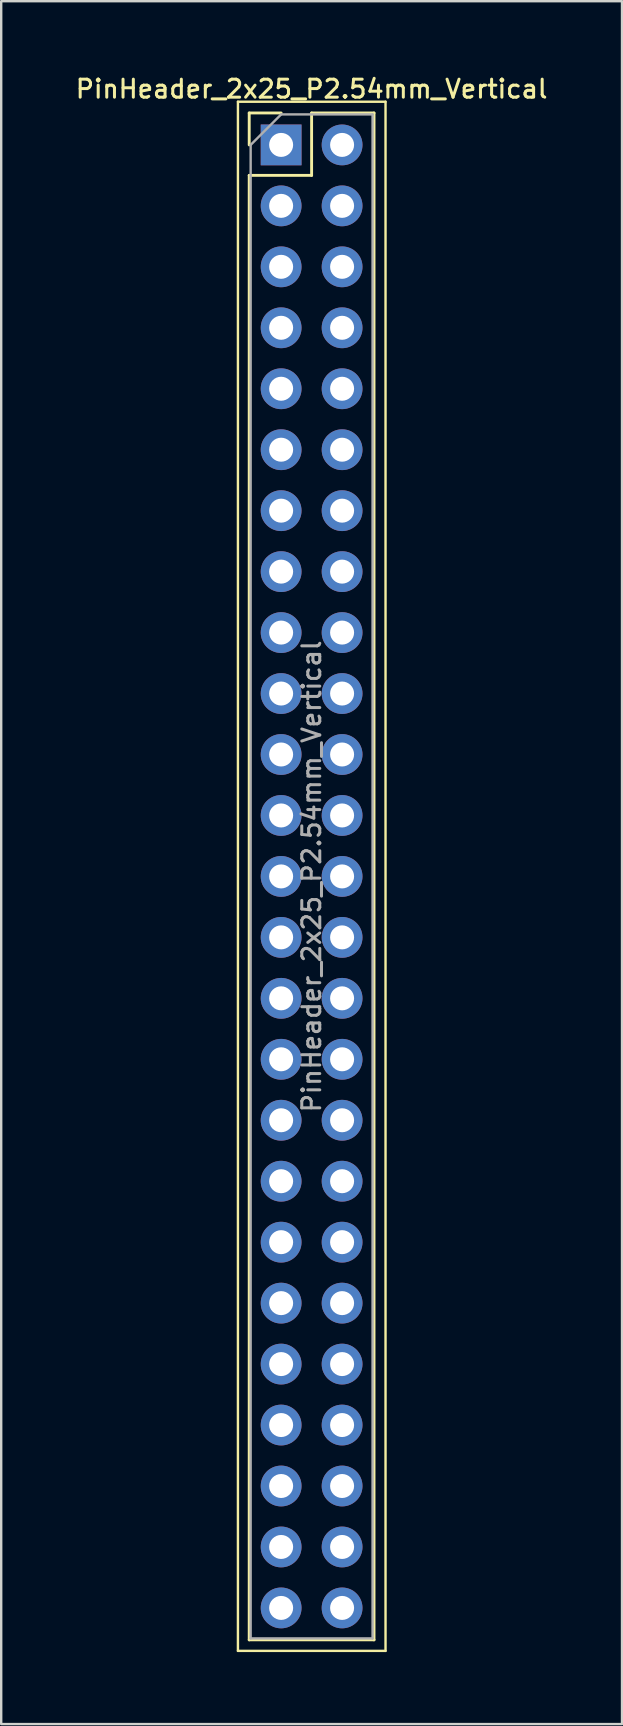
<source format=kicad_pcb>
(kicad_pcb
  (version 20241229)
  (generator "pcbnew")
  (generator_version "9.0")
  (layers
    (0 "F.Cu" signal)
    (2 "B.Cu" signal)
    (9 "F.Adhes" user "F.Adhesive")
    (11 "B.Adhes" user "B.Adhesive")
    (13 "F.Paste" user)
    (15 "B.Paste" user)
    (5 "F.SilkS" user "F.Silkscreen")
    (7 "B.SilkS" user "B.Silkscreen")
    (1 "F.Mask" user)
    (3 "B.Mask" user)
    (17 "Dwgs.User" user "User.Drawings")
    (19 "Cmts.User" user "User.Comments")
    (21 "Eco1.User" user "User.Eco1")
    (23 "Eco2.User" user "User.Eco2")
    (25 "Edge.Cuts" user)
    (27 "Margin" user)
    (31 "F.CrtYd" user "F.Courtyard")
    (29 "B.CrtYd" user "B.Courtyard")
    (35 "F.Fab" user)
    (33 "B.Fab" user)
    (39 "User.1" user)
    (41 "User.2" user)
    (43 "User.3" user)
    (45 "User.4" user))
  (footprint "PinHeader_2x25_P2.54mm_Vertical"
    (layer "F.Cu")
    (at 8.664 2.988)
    (property "Reference" "PinHeader_2x25_P2.54mm_Vertical" (at 1.27 -2.33 0) (layer "F.SilkS") (effects (font (size 0.75 0.75) (thickness 0.125))))
    (attr through_hole)
    (fp_line (start -1.8 -1.8) (end -1.8 62.75) (stroke (width 0.1) (type solid)) (layer "F.SilkS"))
    (fp_line (start -1.8 62.75) (end 4.35 62.75) (stroke (width 0.1) (type solid)) (layer "F.SilkS"))
    (fp_line (start -1.33 -1.33) (end 0 -1.33) (stroke (width 0.12) (type solid)) (layer "F.SilkS"))
    (fp_line (start -1.33 0) (end -1.33 -1.33) (stroke (width 0.12) (type solid)) (layer "F.SilkS"))
    (fp_line (start -1.33 1.27) (end -1.33 62.29) (stroke (width 0.12) (type solid)) (layer "F.SilkS"))
    (fp_line (start -1.33 1.27) (end 1.27 1.27) (stroke (width 0.12) (type solid)) (layer "F.SilkS"))
    (fp_line (start -1.33 62.29) (end 3.87 62.29) (stroke (width 0.12) (type solid)) (layer "F.SilkS"))
    (fp_line (start 1.27 -1.33) (end 3.87 -1.33) (stroke (width 0.12) (type solid)) (layer "F.SilkS"))
    (fp_line (start 1.27 1.27) (end 1.27 -1.33) (stroke (width 0.12) (type solid)) (layer "F.SilkS"))
    (fp_line (start 3.87 -1.33) (end 3.87 62.29) (stroke (width 0.12) (type solid)) (layer "F.SilkS"))
    (fp_line (start 4.35 -1.8) (end -1.8 -1.8) (stroke (width 0.1) (type solid)) (layer "F.SilkS"))
    (fp_line (start 4.35 62.75) (end 4.35 -1.8) (stroke (width 0.1) (type solid)) (layer "F.SilkS"))
    (fp_line (start -1.27 0) (end 0 -1.27) (stroke (width 0.1) (type solid)) (layer "F.Fab"))
    (fp_line (start -1.27 62.23) (end -1.27 0) (stroke (width 0.1) (type solid)) (layer "F.Fab"))
    (fp_line (start 0 -1.27) (end 3.81 -1.27) (stroke (width 0.1) (type solid)) (layer "F.Fab"))
    (fp_line (start 3.81 -1.27) (end 3.81 62.23) (stroke (width 0.1) (type solid)) (layer "F.Fab"))
    (fp_line (start 3.81 62.23) (end -1.27 62.23) (stroke (width 0.1) (type solid)) (layer "F.Fab"))
    (fp_text user "${REFERENCE}" (at 1.27 30.48 90) (layer "F.Fab") (effects (font (size 0.75 0.75) (thickness 0.125))))
    (pad "1" thru_hole rect (at 0 0) (size 1.7 1.7) (drill 1) (layers "*.Cu" "*.Mask"))
    (pad "2" thru_hole oval (at 2.54 0) (size 1.7 1.7) (drill 1) (layers "*.Cu" "*.Mask"))
    (pad "3" thru_hole oval (at 0 2.54) (size 1.7 1.7) (drill 1) (layers "*.Cu" "*.Mask"))
    (pad "4" thru_hole oval (at 2.54 2.54) (size 1.7 1.7) (drill 1) (layers "*.Cu" "*.Mask"))
    (pad "5" thru_hole oval (at 0 5.08) (size 1.7 1.7) (drill 1) (layers "*.Cu" "*.Mask"))
    (pad "6" thru_hole oval (at 2.54 5.08) (size 1.7 1.7) (drill 1) (layers "*.Cu" "*.Mask"))
    (pad "7" thru_hole oval (at 0 7.62) (size 1.7 1.7) (drill 1) (layers "*.Cu" "*.Mask"))
    (pad "8" thru_hole oval (at 2.54 7.62) (size 1.7 1.7) (drill 1) (layers "*.Cu" "*.Mask"))
    (pad "9" thru_hole oval (at 0 10.16) (size 1.7 1.7) (drill 1) (layers "*.Cu" "*.Mask"))
    (pad "10" thru_hole oval (at 2.54 10.16) (size 1.7 1.7) (drill 1) (layers "*.Cu" "*.Mask"))
    (pad "11" thru_hole oval (at 0 12.7) (size 1.7 1.7) (drill 1) (layers "*.Cu" "*.Mask"))
    (pad "12" thru_hole oval (at 2.54 12.7) (size 1.7 1.7) (drill 1) (layers "*.Cu" "*.Mask"))
    (pad "13" thru_hole oval (at 0 15.24) (size 1.7 1.7) (drill 1) (layers "*.Cu" "*.Mask"))
    (pad "14" thru_hole oval (at 2.54 15.24) (size 1.7 1.7) (drill 1) (layers "*.Cu" "*.Mask"))
    (pad "15" thru_hole oval (at 0 17.78) (size 1.7 1.7) (drill 1) (layers "*.Cu" "*.Mask"))
    (pad "16" thru_hole oval (at 2.54 17.78) (size 1.7 1.7) (drill 1) (layers "*.Cu" "*.Mask"))
    (pad "17" thru_hole oval (at 0 20.32) (size 1.7 1.7) (drill 1) (layers "*.Cu" "*.Mask"))
    (pad "18" thru_hole oval (at 2.54 20.32) (size 1.7 1.7) (drill 1) (layers "*.Cu" "*.Mask"))
    (pad "19" thru_hole oval (at 0 22.86) (size 1.7 1.7) (drill 1) (layers "*.Cu" "*.Mask"))
    (pad "20" thru_hole oval (at 2.54 22.86) (size 1.7 1.7) (drill 1) (layers "*.Cu" "*.Mask"))
    (pad "21" thru_hole oval (at 0 25.4) (size 1.7 1.7) (drill 1) (layers "*.Cu" "*.Mask"))
    (pad "22" thru_hole oval (at 2.54 25.4) (size 1.7 1.7) (drill 1) (layers "*.Cu" "*.Mask"))
    (pad "23" thru_hole oval (at 0 27.94) (size 1.7 1.7) (drill 1) (layers "*.Cu" "*.Mask"))
    (pad "24" thru_hole oval (at 2.54 27.94) (size 1.7 1.7) (drill 1) (layers "*.Cu" "*.Mask"))
    (pad "25" thru_hole oval (at 0 30.48) (size 1.7 1.7) (drill 1) (layers "*.Cu" "*.Mask"))
    (pad "26" thru_hole oval (at 2.54 30.48) (size 1.7 1.7) (drill 1) (layers "*.Cu" "*.Mask"))
    (pad "27" thru_hole oval (at 0 33.02) (size 1.7 1.7) (drill 1) (layers "*.Cu" "*.Mask"))
    (pad "28" thru_hole oval (at 2.54 33.02) (size 1.7 1.7) (drill 1) (layers "*.Cu" "*.Mask"))
    (pad "29" thru_hole oval (at 0 35.56) (size 1.7 1.7) (drill 1) (layers "*.Cu" "*.Mask"))
    (pad "30" thru_hole oval (at 2.54 35.56) (size 1.7 1.7) (drill 1) (layers "*.Cu" "*.Mask"))
    (pad "31" thru_hole oval (at 0 38.1) (size 1.7 1.7) (drill 1) (layers "*.Cu" "*.Mask"))
    (pad "32" thru_hole oval (at 2.54 38.1) (size 1.7 1.7) (drill 1) (layers "*.Cu" "*.Mask"))
    (pad "33" thru_hole oval (at 0 40.64) (size 1.7 1.7) (drill 1) (layers "*.Cu" "*.Mask"))
    (pad "34" thru_hole oval (at 2.54 40.64) (size 1.7 1.7) (drill 1) (layers "*.Cu" "*.Mask"))
    (pad "35" thru_hole oval (at 0 43.18) (size 1.7 1.7) (drill 1) (layers "*.Cu" "*.Mask"))
    (pad "36" thru_hole oval (at 2.54 43.18) (size 1.7 1.7) (drill 1) (layers "*.Cu" "*.Mask"))
    (pad "37" thru_hole oval (at 0 45.72) (size 1.7 1.7) (drill 1) (layers "*.Cu" "*.Mask"))
    (pad "38" thru_hole oval (at 2.54 45.72) (size 1.7 1.7) (drill 1) (layers "*.Cu" "*.Mask"))
    (pad "39" thru_hole oval (at 0 48.26) (size 1.7 1.7) (drill 1) (layers "*.Cu" "*.Mask"))
    (pad "40" thru_hole oval (at 2.54 48.26) (size 1.7 1.7) (drill 1) (layers "*.Cu" "*.Mask"))
    (pad "41" thru_hole oval (at 0 50.8) (size 1.7 1.7) (drill 1) (layers "*.Cu" "*.Mask"))
    (pad "42" thru_hole oval (at 2.54 50.8) (size 1.7 1.7) (drill 1) (layers "*.Cu" "*.Mask"))
    (pad "43" thru_hole oval (at 0 53.34) (size 1.7 1.7) (drill 1) (layers "*.Cu" "*.Mask"))
    (pad "44" thru_hole oval (at 2.54 53.34) (size 1.7 1.7) (drill 1) (layers "*.Cu" "*.Mask"))
    (pad "45" thru_hole oval (at 0 55.88) (size 1.7 1.7) (drill 1) (layers "*.Cu" "*.Mask"))
    (pad "46" thru_hole oval (at 2.54 55.88) (size 1.7 1.7) (drill 1) (layers "*.Cu" "*.Mask"))
    (pad "47" thru_hole oval (at 0 58.42) (size 1.7 1.7) (drill 1) (layers "*.Cu" "*.Mask"))
    (pad "48" thru_hole oval (at 2.54 58.42) (size 1.7 1.7) (drill 1) (layers "*.Cu" "*.Mask"))
    (pad "49" thru_hole oval (at 0 60.96) (size 1.7 1.7) (drill 1) (layers "*.Cu" "*.Mask"))
    (pad "50" thru_hole oval (at 2.54 60.96) (size 1.7 1.7) (drill 1) (layers "*.Cu" "*.Mask")))
  (gr_rect
    (start -3 -3)
    (end 22.868 68.788)
    (stroke (width 0.1) (type default))
    (fill no)
    (layer "Edge.Cuts")))
</source>
